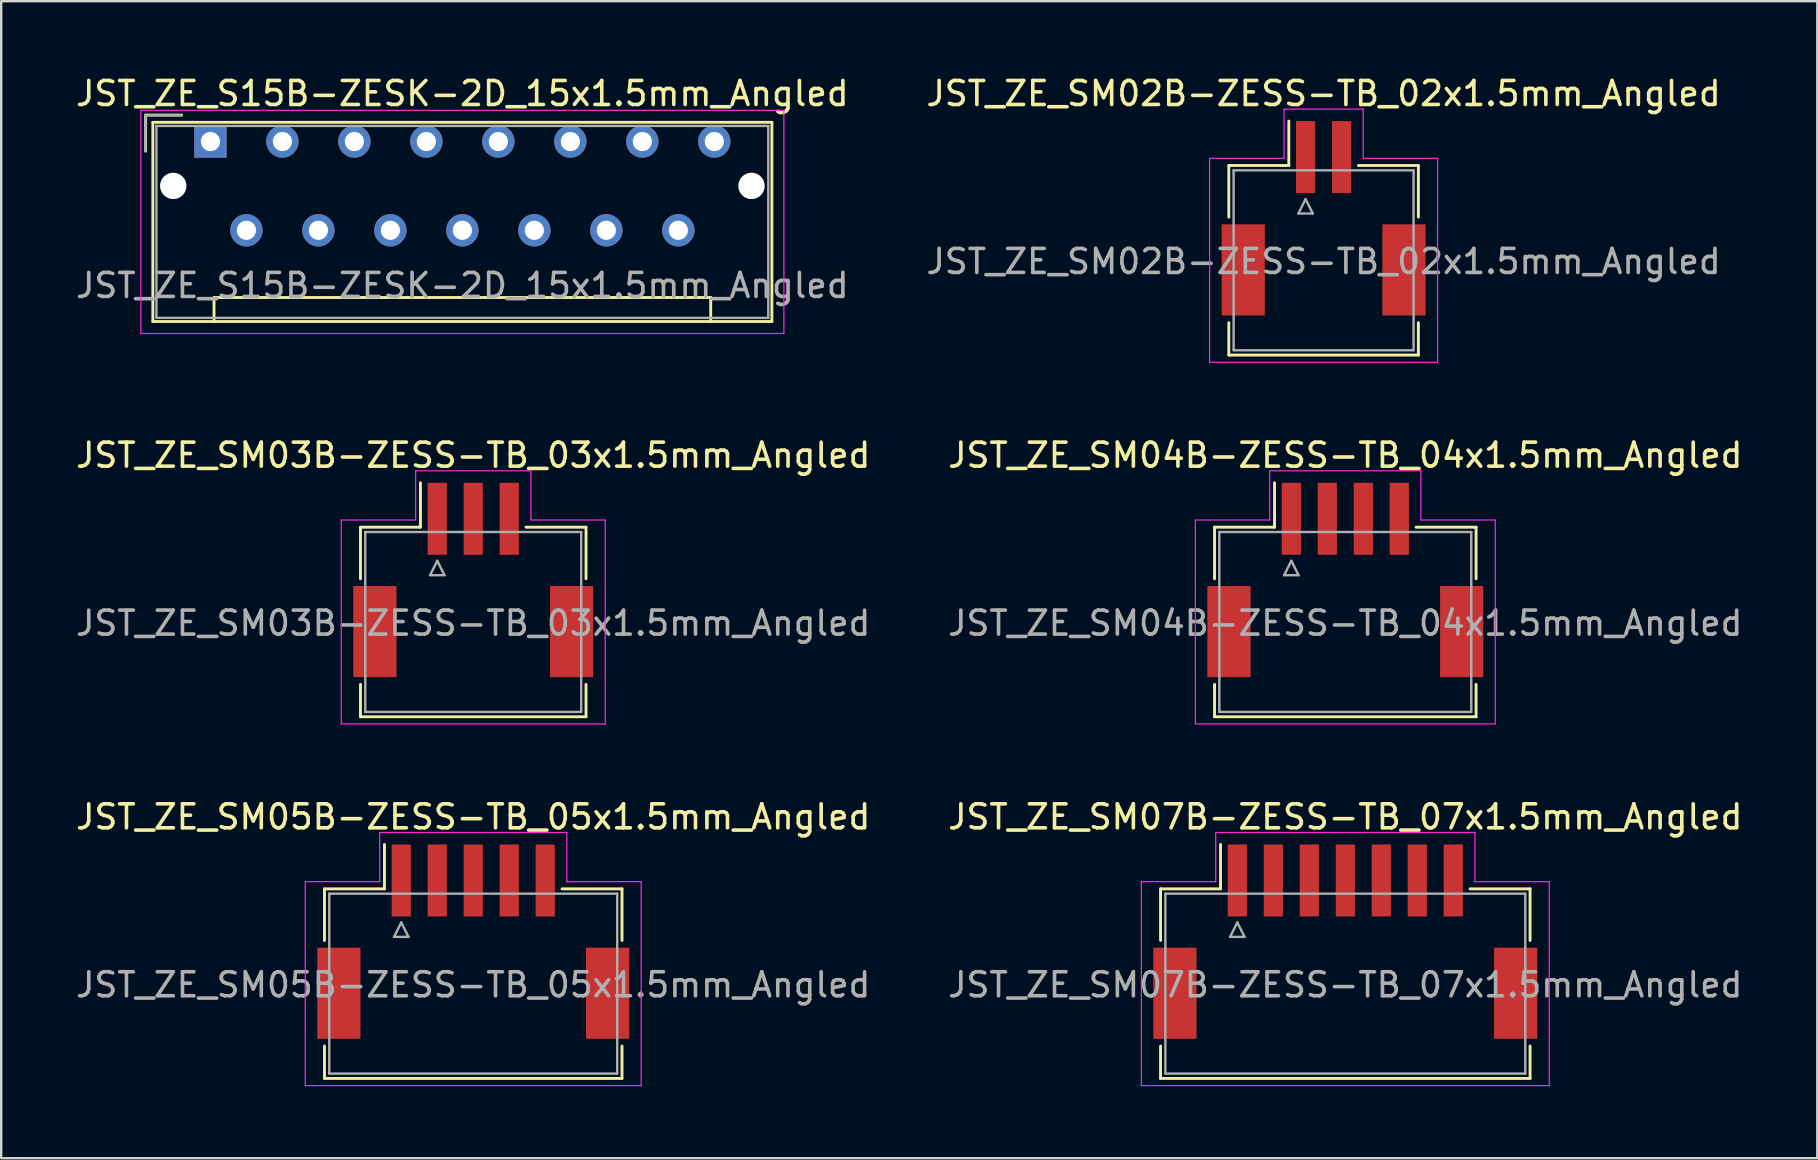
<source format=kicad_pcb>
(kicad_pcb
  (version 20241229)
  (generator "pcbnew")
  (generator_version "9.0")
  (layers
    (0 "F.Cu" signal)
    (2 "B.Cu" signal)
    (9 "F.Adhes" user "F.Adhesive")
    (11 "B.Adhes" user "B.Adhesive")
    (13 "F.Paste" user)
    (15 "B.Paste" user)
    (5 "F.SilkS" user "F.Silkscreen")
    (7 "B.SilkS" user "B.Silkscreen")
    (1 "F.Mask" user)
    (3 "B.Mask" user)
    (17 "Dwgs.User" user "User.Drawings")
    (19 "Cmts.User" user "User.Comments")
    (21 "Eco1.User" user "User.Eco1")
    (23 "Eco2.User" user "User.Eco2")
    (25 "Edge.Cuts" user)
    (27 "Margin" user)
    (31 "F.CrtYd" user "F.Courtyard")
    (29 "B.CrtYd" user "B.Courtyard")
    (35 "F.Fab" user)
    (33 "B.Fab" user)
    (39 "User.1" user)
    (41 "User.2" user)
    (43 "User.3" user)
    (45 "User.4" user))
  (footprint "JST_ZE_SM02B-ZESS-TB_02x1.5mm_Angled"
    (layer "F.Cu")
    (at 52.113 5.848)
    (property "Reference" "JST_ZE_SM02B-ZESS-TB_02x1.5mm_Angled" (at 0 -5 0) (layer "F.SilkS") (effects (font (size 1 1) (thickness 0.15))))
    (attr smd)
    (fp_line (start -3.95 -2) (end -1.45 -2) (stroke (width 0.12) (type solid)) (layer "F.SilkS"))
    (fp_line (start -3.95 0.15) (end -3.95 -2) (stroke (width 0.12) (type solid)) (layer "F.SilkS"))
    (fp_line (start -3.95 4.55) (end -3.95 5.9) (stroke (width 0.12) (type solid)) (layer "F.SilkS"))
    (fp_line (start -3.95 5.9) (end 3.95 5.9) (stroke (width 0.12) (type solid)) (layer "F.SilkS"))
    (fp_line (start -1.45 -2) (end -1.45 -3.85) (stroke (width 0.12) (type solid)) (layer "F.SilkS"))
    (fp_line (start 3.95 -2) (end 1.45 -2) (stroke (width 0.12) (type solid)) (layer "F.SilkS"))
    (fp_line (start 3.95 0.15) (end 3.95 -2) (stroke (width 0.12) (type solid)) (layer "F.SilkS"))
    (fp_line (start 3.95 5.9) (end 3.95 4.55) (stroke (width 0.12) (type solid)) (layer "F.SilkS"))
    (fp_line (start -4.75 -2.3) (end -4.75 6.2) (stroke (width 0.05) (type solid)) (layer "F.CrtYd"))
    (fp_line (start -4.75 6.2) (end 4.75 6.2) (stroke (width 0.05) (type solid)) (layer "F.CrtYd"))
    (fp_line (start -1.65 -4.35) (end -1.65 -2.3) (stroke (width 0.05) (type solid)) (layer "F.CrtYd"))
    (fp_line (start -1.65 -2.3) (end -4.75 -2.3) (stroke (width 0.05) (type solid)) (layer "F.CrtYd"))
    (fp_line (start 1.65 -4.35) (end -1.65 -4.35) (stroke (width 0.05) (type solid)) (layer "F.CrtYd"))
    (fp_line (start 1.65 -2.3) (end 1.65 -4.35) (stroke (width 0.05) (type solid)) (layer "F.CrtYd"))
    (fp_line (start 4.75 -2.3) (end 1.65 -2.3) (stroke (width 0.05) (type solid)) (layer "F.CrtYd"))
    (fp_line (start 4.75 6.2) (end 4.75 -2.3) (stroke (width 0.05) (type solid)) (layer "F.CrtYd"))
    (fp_line (start -3.75 -1.8) (end -3.75 5.7) (stroke (width 0.1) (type solid)) (layer "F.Fab"))
    (fp_line (start -3.75 5.7) (end 3.75 5.7) (stroke (width 0.1) (type solid)) (layer "F.Fab"))
    (fp_line (start -1.05 0) (end -0.45 0) (stroke (width 0.1) (type solid)) (layer "F.Fab"))
    (fp_line (start -0.75 -0.6) (end -1.05 0) (stroke (width 0.1) (type solid)) (layer "F.Fab"))
    (fp_line (start -0.45 0) (end -0.75 -0.6) (stroke (width 0.1) (type solid)) (layer "F.Fab"))
    (fp_line (start 3.75 -1.8) (end -3.75 -1.8) (stroke (width 0.1) (type solid)) (layer "F.Fab"))
    (fp_line (start 3.75 5.7) (end 3.75 -1.8) (stroke (width 0.1) (type solid)) (layer "F.Fab"))
    (fp_text user "${REFERENCE}" (at 0 2 0) (layer "F.Fab") (effects (font (size 1 1) (thickness 0.15))))
    (pad "" smd rect (at -3.35 2.35) (size 1.8 3.8) (layers "F.Cu" "F.Mask" "F.Paste"))
    (pad "" smd rect (at 3.35 2.35) (size 1.8 3.8) (layers "F.Cu" "F.Mask" "F.Paste"))
    (pad "1" smd rect (at -0.75 -2.35) (size 0.8 3) (layers "F.Cu" "F.Mask" "F.Paste"))
    (pad "2" smd rect (at 0.75 -2.35) (size 0.8 3) (layers "F.Cu" "F.Mask" "F.Paste")))
  (footprint "JST_ZE_S15B-ZESK-2D_15x1.5mm_Angled"
    (layer "F.Cu")
    (at 5.72 2.848)
    (property "Reference" "JST_ZE_S15B-ZESK-2D_15x1.5mm_Angled" (at 10.5 -2 0) (layer "F.SilkS") (effects (font (size 1 1) (thickness 0.15))))
    (attr through_hole)
    (fp_line (start -2.7 -1.1) (end -1.2 -1.1) (stroke (width 0.12) (type solid)) (layer "F.SilkS"))
    (fp_line (start -2.7 0.4) (end -2.7 -1.1) (stroke (width 0.12) (type solid)) (layer "F.SilkS"))
    (fp_line (start -2.4 -0.8) (end -2.4 7.5) (stroke (width 0.12) (type solid)) (layer "F.SilkS"))
    (fp_line (start -2.4 7.5) (end 23.4 7.5) (stroke (width 0.12) (type solid)) (layer "F.SilkS"))
    (fp_line (start 0.15 6.5) (end 20.85 6.5) (stroke (width 0.12) (type solid)) (layer "F.SilkS"))
    (fp_line (start 0.15 7.5) (end 0.15 6.5) (stroke (width 0.12) (type solid)) (layer "F.SilkS"))
    (fp_line (start 20.85 6.5) (end 20.85 7.5) (stroke (width 0.12) (type solid)) (layer "F.SilkS"))
    (fp_line (start 23.4 -0.8) (end -2.4 -0.8) (stroke (width 0.12) (type solid)) (layer "F.SilkS"))
    (fp_line (start 23.4 7.5) (end 23.4 -0.8) (stroke (width 0.12) (type solid)) (layer "F.SilkS"))
    (fp_line (start -2.9 -1.3) (end -2.9 8) (stroke (width 0.05) (type solid)) (layer "F.CrtYd"))
    (fp_line (start -2.9 8) (end 23.9 8) (stroke (width 0.05) (type solid)) (layer "F.CrtYd"))
    (fp_line (start 23.9 -1.3) (end -2.9 -1.3) (stroke (width 0.05) (type solid)) (layer "F.CrtYd"))
    (fp_line (start 23.9 8) (end 23.9 -1.3) (stroke (width 0.05) (type solid)) (layer "F.CrtYd"))
    (fp_line (start -2.7 -1.1) (end -1.2 -1.1) (stroke (width 0.1) (type solid)) (layer "F.Fab"))
    (fp_line (start -2.7 0.4) (end -2.7 -1.1) (stroke (width 0.1) (type solid)) (layer "F.Fab"))
    (fp_line (start -2.25 -0.65) (end -2.25 7.35) (stroke (width 0.1) (type solid)) (layer "F.Fab"))
    (fp_line (start -2.25 7.35) (end 23.25 7.35) (stroke (width 0.1) (type solid)) (layer "F.Fab"))
    (fp_line (start 23.25 -0.65) (end -2.25 -0.65) (stroke (width 0.1) (type solid)) (layer "F.Fab"))
    (fp_line (start 23.25 7.35) (end 23.25 -0.65) (stroke (width 0.1) (type solid)) (layer "F.Fab"))
    (fp_text user "${REFERENCE}" (at 10.5 6 0) (layer "F.Fab") (effects (font (size 1 1) (thickness 0.15))))
    (pad "" np_thru_hole circle (at -1.55 1.85) (size 1.1 1.1) (drill 1.1) (layers "*.Cu"))
    (pad "" np_thru_hole circle (at 22.55 1.85) (size 1.1 1.1) (drill 1.1) (layers "*.Cu"))
    (pad "1" thru_hole rect (at 0 0) (size 1.35 1.35) (drill 0.8) (layers "*.Cu" "*.Mask"))
    (pad "2" thru_hole circle (at 1.5 3.7) (size 1.35 1.35) (drill 0.8) (layers "*.Cu" "*.Mask"))
    (pad "3" thru_hole circle (at 3 0) (size 1.35 1.35) (drill 0.8) (layers "*.Cu" "*.Mask"))
    (pad "4" thru_hole circle (at 4.5 3.7) (size 1.35 1.35) (drill 0.8) (layers "*.Cu" "*.Mask"))
    (pad "5" thru_hole circle (at 6 0) (size 1.35 1.35) (drill 0.8) (layers "*.Cu" "*.Mask"))
    (pad "6" thru_hole circle (at 7.5 3.7) (size 1.35 1.35) (drill 0.8) (layers "*.Cu" "*.Mask"))
    (pad "7" thru_hole circle (at 9 0) (size 1.35 1.35) (drill 0.8) (layers "*.Cu" "*.Mask"))
    (pad "8" thru_hole circle (at 10.5 3.7) (size 1.35 1.35) (drill 0.8) (layers "*.Cu" "*.Mask"))
    (pad "9" thru_hole circle (at 12 0) (size 1.35 1.35) (drill 0.8) (layers "*.Cu" "*.Mask"))
    (pad "10" thru_hole circle (at 13.5 3.7) (size 1.35 1.35) (drill 0.8) (layers "*.Cu" "*.Mask"))
    (pad "11" thru_hole circle (at 15 0) (size 1.35 1.35) (drill 0.8) (layers "*.Cu" "*.Mask"))
    (pad "12" thru_hole circle (at 16.5 3.7) (size 1.35 1.35) (drill 0.8) (layers "*.Cu" "*.Mask"))
    (pad "13" thru_hole circle (at 18 0) (size 1.35 1.35) (drill 0.8) (layers "*.Cu" "*.Mask"))
    (pad "14" thru_hole circle (at 19.5 3.7) (size 1.35 1.35) (drill 0.8) (layers "*.Cu" "*.Mask"))
    (pad "15" thru_hole circle (at 21 0) (size 1.35 1.35) (drill 0.8) (layers "*.Cu" "*.Mask")))
  (footprint "JST_ZE_SM04B-ZESS-TB_04x1.5mm_Angled"
    (layer "F.Cu")
    (at 53.018 20.922)
    (property "Reference" "JST_ZE_SM04B-ZESS-TB_04x1.5mm_Angled" (at 0 -5 0) (layer "F.SilkS") (effects (font (size 1 1) (thickness 0.15))))
    (attr smd)
    (fp_line (start -5.45 -2) (end -2.95 -2) (stroke (width 0.12) (type solid)) (layer "F.SilkS"))
    (fp_line (start -5.45 0.15) (end -5.45 -2) (stroke (width 0.12) (type solid)) (layer "F.SilkS"))
    (fp_line (start -5.45 4.55) (end -5.45 5.9) (stroke (width 0.12) (type solid)) (layer "F.SilkS"))
    (fp_line (start -5.45 5.9) (end 5.45 5.9) (stroke (width 0.12) (type solid)) (layer "F.SilkS"))
    (fp_line (start -2.95 -2) (end -2.95 -3.85) (stroke (width 0.12) (type solid)) (layer "F.SilkS"))
    (fp_line (start 5.45 -2) (end 2.95 -2) (stroke (width 0.12) (type solid)) (layer "F.SilkS"))
    (fp_line (start 5.45 0.15) (end 5.45 -2) (stroke (width 0.12) (type solid)) (layer "F.SilkS"))
    (fp_line (start 5.45 5.9) (end 5.45 4.55) (stroke (width 0.12) (type solid)) (layer "F.SilkS"))
    (fp_line (start -6.25 -2.3) (end -6.25 6.2) (stroke (width 0.05) (type solid)) (layer "F.CrtYd"))
    (fp_line (start -6.25 6.2) (end 6.25 6.2) (stroke (width 0.05) (type solid)) (layer "F.CrtYd"))
    (fp_line (start -3.15 -4.35) (end -3.15 -2.3) (stroke (width 0.05) (type solid)) (layer "F.CrtYd"))
    (fp_line (start -3.15 -2.3) (end -6.25 -2.3) (stroke (width 0.05) (type solid)) (layer "F.CrtYd"))
    (fp_line (start 3.15 -4.35) (end -3.15 -4.35) (stroke (width 0.05) (type solid)) (layer "F.CrtYd"))
    (fp_line (start 3.15 -2.3) (end 3.15 -4.35) (stroke (width 0.05) (type solid)) (layer "F.CrtYd"))
    (fp_line (start 6.25 -2.3) (end 3.15 -2.3) (stroke (width 0.05) (type solid)) (layer "F.CrtYd"))
    (fp_line (start 6.25 6.2) (end 6.25 -2.3) (stroke (width 0.05) (type solid)) (layer "F.CrtYd"))
    (fp_line (start -5.25 -1.8) (end -5.25 5.7) (stroke (width 0.1) (type solid)) (layer "F.Fab"))
    (fp_line (start -5.25 5.7) (end 5.25 5.7) (stroke (width 0.1) (type solid)) (layer "F.Fab"))
    (fp_line (start -2.55 0) (end -1.95 0) (stroke (width 0.1) (type solid)) (layer "F.Fab"))
    (fp_line (start -2.25 -0.6) (end -2.55 0) (stroke (width 0.1) (type solid)) (layer "F.Fab"))
    (fp_line (start -1.95 0) (end -2.25 -0.6) (stroke (width 0.1) (type solid)) (layer "F.Fab"))
    (fp_line (start 5.25 -1.8) (end -5.25 -1.8) (stroke (width 0.1) (type solid)) (layer "F.Fab"))
    (fp_line (start 5.25 5.7) (end 5.25 -1.8) (stroke (width 0.1) (type solid)) (layer "F.Fab"))
    (fp_text user "${REFERENCE}" (at 0 2 0) (layer "F.Fab") (effects (font (size 1 1) (thickness 0.15))))
    (pad "" smd rect (at -4.85 2.35) (size 1.8 3.8) (layers "F.Cu" "F.Mask" "F.Paste"))
    (pad "" smd rect (at 4.85 2.35) (size 1.8 3.8) (layers "F.Cu" "F.Mask" "F.Paste"))
    (pad "1" smd rect (at -2.25 -2.35) (size 0.8 3) (layers "F.Cu" "F.Mask" "F.Paste"))
    (pad "2" smd rect (at -0.75 -2.35) (size 0.8 3) (layers "F.Cu" "F.Mask" "F.Paste"))
    (pad "3" smd rect (at 0.75 -2.35) (size 0.8 3) (layers "F.Cu" "F.Mask" "F.Paste"))
    (pad "4" smd rect (at 2.25 -2.35) (size 0.8 3) (layers "F.Cu" "F.Mask" "F.Paste")))
  (footprint "JST_ZE_SM03B-ZESS-TB_03x1.5mm_Angled"
    (layer "F.Cu")
    (at 16.673 20.922)
    (property "Reference" "JST_ZE_SM03B-ZESS-TB_03x1.5mm_Angled" (at 0 -5 0) (layer "F.SilkS") (effects (font (size 1 1) (thickness 0.15))))
    (attr smd)
    (fp_line (start -4.7 -2) (end -2.2 -2) (stroke (width 0.12) (type solid)) (layer "F.SilkS"))
    (fp_line (start -4.7 0.15) (end -4.7 -2) (stroke (width 0.12) (type solid)) (layer "F.SilkS"))
    (fp_line (start -4.7 4.55) (end -4.7 5.9) (stroke (width 0.12) (type solid)) (layer "F.SilkS"))
    (fp_line (start -4.7 5.9) (end 4.7 5.9) (stroke (width 0.12) (type solid)) (layer "F.SilkS"))
    (fp_line (start -2.2 -2) (end -2.2 -3.85) (stroke (width 0.12) (type solid)) (layer "F.SilkS"))
    (fp_line (start 4.7 -2) (end 2.2 -2) (stroke (width 0.12) (type solid)) (layer "F.SilkS"))
    (fp_line (start 4.7 0.15) (end 4.7 -2) (stroke (width 0.12) (type solid)) (layer "F.SilkS"))
    (fp_line (start 4.7 5.9) (end 4.7 4.55) (stroke (width 0.12) (type solid)) (layer "F.SilkS"))
    (fp_line (start -5.5 -2.3) (end -5.5 6.2) (stroke (width 0.05) (type solid)) (layer "F.CrtYd"))
    (fp_line (start -5.5 6.2) (end 5.5 6.2) (stroke (width 0.05) (type solid)) (layer "F.CrtYd"))
    (fp_line (start -2.4 -4.35) (end -2.4 -2.3) (stroke (width 0.05) (type solid)) (layer "F.CrtYd"))
    (fp_line (start -2.4 -2.3) (end -5.5 -2.3) (stroke (width 0.05) (type solid)) (layer "F.CrtYd"))
    (fp_line (start 2.4 -4.35) (end -2.4 -4.35) (stroke (width 0.05) (type solid)) (layer "F.CrtYd"))
    (fp_line (start 2.4 -2.3) (end 2.4 -4.35) (stroke (width 0.05) (type solid)) (layer "F.CrtYd"))
    (fp_line (start 5.5 -2.3) (end 2.4 -2.3) (stroke (width 0.05) (type solid)) (layer "F.CrtYd"))
    (fp_line (start 5.5 6.2) (end 5.5 -2.3) (stroke (width 0.05) (type solid)) (layer "F.CrtYd"))
    (fp_line (start -4.5 -1.8) (end -4.5 5.7) (stroke (width 0.1) (type solid)) (layer "F.Fab"))
    (fp_line (start -4.5 5.7) (end 4.5 5.7) (stroke (width 0.1) (type solid)) (layer "F.Fab"))
    (fp_line (start -1.8 0) (end -1.2 0) (stroke (width 0.1) (type solid)) (layer "F.Fab"))
    (fp_line (start -1.5 -0.6) (end -1.8 0) (stroke (width 0.1) (type solid)) (layer "F.Fab"))
    (fp_line (start -1.2 0) (end -1.5 -0.6) (stroke (width 0.1) (type solid)) (layer "F.Fab"))
    (fp_line (start 4.5 -1.8) (end -4.5 -1.8) (stroke (width 0.1) (type solid)) (layer "F.Fab"))
    (fp_line (start 4.5 5.7) (end 4.5 -1.8) (stroke (width 0.1) (type solid)) (layer "F.Fab"))
    (fp_text user "${REFERENCE}" (at 0 2 0) (layer "F.Fab") (effects (font (size 1 1) (thickness 0.15))))
    (pad "" smd rect (at -4.1 2.35) (size 1.8 3.8) (layers "F.Cu" "F.Mask" "F.Paste"))
    (pad "" smd rect (at 4.1 2.35) (size 1.8 3.8) (layers "F.Cu" "F.Mask" "F.Paste"))
    (pad "1" smd rect (at -1.5 -2.35) (size 0.8 3) (layers "F.Cu" "F.Mask" "F.Paste"))
    (pad "2" smd rect (at 0 -2.35) (size 0.8 3) (layers "F.Cu" "F.Mask" "F.Paste"))
    (pad "3" smd rect (at 1.5 -2.35) (size 0.8 3) (layers "F.Cu" "F.Mask" "F.Paste")))
  (footprint "JST_ZE_SM05B-ZESS-TB_05x1.5mm_Angled"
    (layer "F.Cu")
    (at 16.673 35.995)
    (property "Reference" "JST_ZE_SM05B-ZESS-TB_05x1.5mm_Angled" (at 0 -5 0) (layer "F.SilkS") (effects (font (size 1 1) (thickness 0.15))))
    (attr smd)
    (fp_line (start -6.2 -2) (end -3.7 -2) (stroke (width 0.12) (type solid)) (layer "F.SilkS"))
    (fp_line (start -6.2 0.15) (end -6.2 -2) (stroke (width 0.12) (type solid)) (layer "F.SilkS"))
    (fp_line (start -6.2 4.55) (end -6.2 5.9) (stroke (width 0.12) (type solid)) (layer "F.SilkS"))
    (fp_line (start -6.2 5.9) (end 6.2 5.9) (stroke (width 0.12) (type solid)) (layer "F.SilkS"))
    (fp_line (start -3.7 -2) (end -3.7 -3.85) (stroke (width 0.12) (type solid)) (layer "F.SilkS"))
    (fp_line (start 6.2 -2) (end 3.7 -2) (stroke (width 0.12) (type solid)) (layer "F.SilkS"))
    (fp_line (start 6.2 0.15) (end 6.2 -2) (stroke (width 0.12) (type solid)) (layer "F.SilkS"))
    (fp_line (start 6.2 5.9) (end 6.2 4.55) (stroke (width 0.12) (type solid)) (layer "F.SilkS"))
    (fp_line (start -7 -2.3) (end -7 6.2) (stroke (width 0.05) (type solid)) (layer "F.CrtYd"))
    (fp_line (start -7 6.2) (end 7 6.2) (stroke (width 0.05) (type solid)) (layer "F.CrtYd"))
    (fp_line (start -3.9 -4.35) (end -3.9 -2.3) (stroke (width 0.05) (type solid)) (layer "F.CrtYd"))
    (fp_line (start -3.9 -2.3) (end -7 -2.3) (stroke (width 0.05) (type solid)) (layer "F.CrtYd"))
    (fp_line (start 3.9 -4.35) (end -3.9 -4.35) (stroke (width 0.05) (type solid)) (layer "F.CrtYd"))
    (fp_line (start 3.9 -2.3) (end 3.9 -4.35) (stroke (width 0.05) (type solid)) (layer "F.CrtYd"))
    (fp_line (start 7 -2.3) (end 3.9 -2.3) (stroke (width 0.05) (type solid)) (layer "F.CrtYd"))
    (fp_line (start 7 6.2) (end 7 -2.3) (stroke (width 0.05) (type solid)) (layer "F.CrtYd"))
    (fp_line (start -6 -1.8) (end -6 5.7) (stroke (width 0.1) (type solid)) (layer "F.Fab"))
    (fp_line (start -6 5.7) (end 6 5.7) (stroke (width 0.1) (type solid)) (layer "F.Fab"))
    (fp_line (start -3.3 0) (end -2.7 0) (stroke (width 0.1) (type solid)) (layer "F.Fab"))
    (fp_line (start -3 -0.6) (end -3.3 0) (stroke (width 0.1) (type solid)) (layer "F.Fab"))
    (fp_line (start -2.7 0) (end -3 -0.6) (stroke (width 0.1) (type solid)) (layer "F.Fab"))
    (fp_line (start 6 -1.8) (end -6 -1.8) (stroke (width 0.1) (type solid)) (layer "F.Fab"))
    (fp_line (start 6 5.7) (end 6 -1.8) (stroke (width 0.1) (type solid)) (layer "F.Fab"))
    (fp_text user "${REFERENCE}" (at 0 2 0) (layer "F.Fab") (effects (font (size 1 1) (thickness 0.15))))
    (pad "" smd rect (at -5.6 2.35) (size 1.8 3.8) (layers "F.Cu" "F.Mask" "F.Paste"))
    (pad "" smd rect (at 5.6 2.35) (size 1.8 3.8) (layers "F.Cu" "F.Mask" "F.Paste"))
    (pad "1" smd rect (at -3 -2.35) (size 0.8 3) (layers "F.Cu" "F.Mask" "F.Paste"))
    (pad "2" smd rect (at -1.5 -2.35) (size 0.8 3) (layers "F.Cu" "F.Mask" "F.Paste"))
    (pad "3" smd rect (at 0 -2.35) (size 0.8 3) (layers "F.Cu" "F.Mask" "F.Paste"))
    (pad "4" smd rect (at 1.5 -2.35) (size 0.8 3) (layers "F.Cu" "F.Mask" "F.Paste"))
    (pad "5" smd rect (at 3 -2.35) (size 0.8 3) (layers "F.Cu" "F.Mask" "F.Paste")))
  (footprint "JST_ZE_SM07B-ZESS-TB_07x1.5mm_Angled"
    (layer "F.Cu")
    (at 53.018 35.995)
    (property "Reference" "JST_ZE_SM07B-ZESS-TB_07x1.5mm_Angled" (at 0 -5 0) (layer "F.SilkS") (effects (font (size 1 1) (thickness 0.15))))
    (attr smd)
    (fp_line (start -7.7 -2) (end -5.2 -2) (stroke (width 0.12) (type solid)) (layer "F.SilkS"))
    (fp_line (start -7.7 0.15) (end -7.7 -2) (stroke (width 0.12) (type solid)) (layer "F.SilkS"))
    (fp_line (start -7.7 4.55) (end -7.7 5.9) (stroke (width 0.12) (type solid)) (layer "F.SilkS"))
    (fp_line (start -7.7 5.9) (end 7.7 5.9) (stroke (width 0.12) (type solid)) (layer "F.SilkS"))
    (fp_line (start -5.2 -2) (end -5.2 -3.85) (stroke (width 0.12) (type solid)) (layer "F.SilkS"))
    (fp_line (start 7.7 -2) (end 5.2 -2) (stroke (width 0.12) (type solid)) (layer "F.SilkS"))
    (fp_line (start 7.7 0.15) (end 7.7 -2) (stroke (width 0.12) (type solid)) (layer "F.SilkS"))
    (fp_line (start 7.7 5.9) (end 7.7 4.55) (stroke (width 0.12) (type solid)) (layer "F.SilkS"))
    (fp_line (start -8.5 -2.3) (end -8.5 6.2) (stroke (width 0.05) (type solid)) (layer "F.CrtYd"))
    (fp_line (start -8.5 6.2) (end 8.5 6.2) (stroke (width 0.05) (type solid)) (layer "F.CrtYd"))
    (fp_line (start -5.4 -4.35) (end -5.4 -2.3) (stroke (width 0.05) (type solid)) (layer "F.CrtYd"))
    (fp_line (start -5.4 -2.3) (end -8.5 -2.3) (stroke (width 0.05) (type solid)) (layer "F.CrtYd"))
    (fp_line (start 5.4 -4.35) (end -5.4 -4.35) (stroke (width 0.05) (type solid)) (layer "F.CrtYd"))
    (fp_line (start 5.4 -2.3) (end 5.4 -4.35) (stroke (width 0.05) (type solid)) (layer "F.CrtYd"))
    (fp_line (start 8.5 -2.3) (end 5.4 -2.3) (stroke (width 0.05) (type solid)) (layer "F.CrtYd"))
    (fp_line (start 8.5 6.2) (end 8.5 -2.3) (stroke (width 0.05) (type solid)) (layer "F.CrtYd"))
    (fp_line (start -7.5 -1.8) (end -7.5 5.7) (stroke (width 0.1) (type solid)) (layer "F.Fab"))
    (fp_line (start -7.5 5.7) (end 7.5 5.7) (stroke (width 0.1) (type solid)) (layer "F.Fab"))
    (fp_line (start -4.8 0) (end -4.2 0) (stroke (width 0.1) (type solid)) (layer "F.Fab"))
    (fp_line (start -4.5 -0.6) (end -4.8 0) (stroke (width 0.1) (type solid)) (layer "F.Fab"))
    (fp_line (start -4.2 0) (end -4.5 -0.6) (stroke (width 0.1) (type solid)) (layer "F.Fab"))
    (fp_line (start 7.5 -1.8) (end -7.5 -1.8) (stroke (width 0.1) (type solid)) (layer "F.Fab"))
    (fp_line (start 7.5 5.7) (end 7.5 -1.8) (stroke (width 0.1) (type solid)) (layer "F.Fab"))
    (fp_text user "${REFERENCE}" (at 0 2 0) (layer "F.Fab") (effects (font (size 1 1) (thickness 0.15))))
    (pad "" smd rect (at -7.1 2.35) (size 1.8 3.8) (layers "F.Cu" "F.Mask" "F.Paste"))
    (pad "" smd rect (at 7.1 2.35) (size 1.8 3.8) (layers "F.Cu" "F.Mask" "F.Paste"))
    (pad "1" smd rect (at -4.5 -2.35) (size 0.8 3) (layers "F.Cu" "F.Mask" "F.Paste"))
    (pad "2" smd rect (at -3 -2.35) (size 0.8 3) (layers "F.Cu" "F.Mask" "F.Paste"))
    (pad "3" smd rect (at -1.5 -2.35) (size 0.8 3) (layers "F.Cu" "F.Mask" "F.Paste"))
    (pad "4" smd rect (at 0 -2.35) (size 0.8 3) (layers "F.Cu" "F.Mask" "F.Paste"))
    (pad "5" smd rect (at 1.5 -2.35) (size 0.8 3) (layers "F.Cu" "F.Mask" "F.Paste"))
    (pad "6" smd rect (at 3 -2.35) (size 0.8 3) (layers "F.Cu" "F.Mask" "F.Paste"))
    (pad "7" smd rect (at 4.5 -2.35) (size 0.8 3) (layers "F.Cu" "F.Mask" "F.Paste")))
  (gr_rect
    (start -3 -3)
    (end 72.69 45.22)
    (stroke (width 0.1) (type default))
    (fill no)
    (layer "Edge.Cuts")))
</source>
